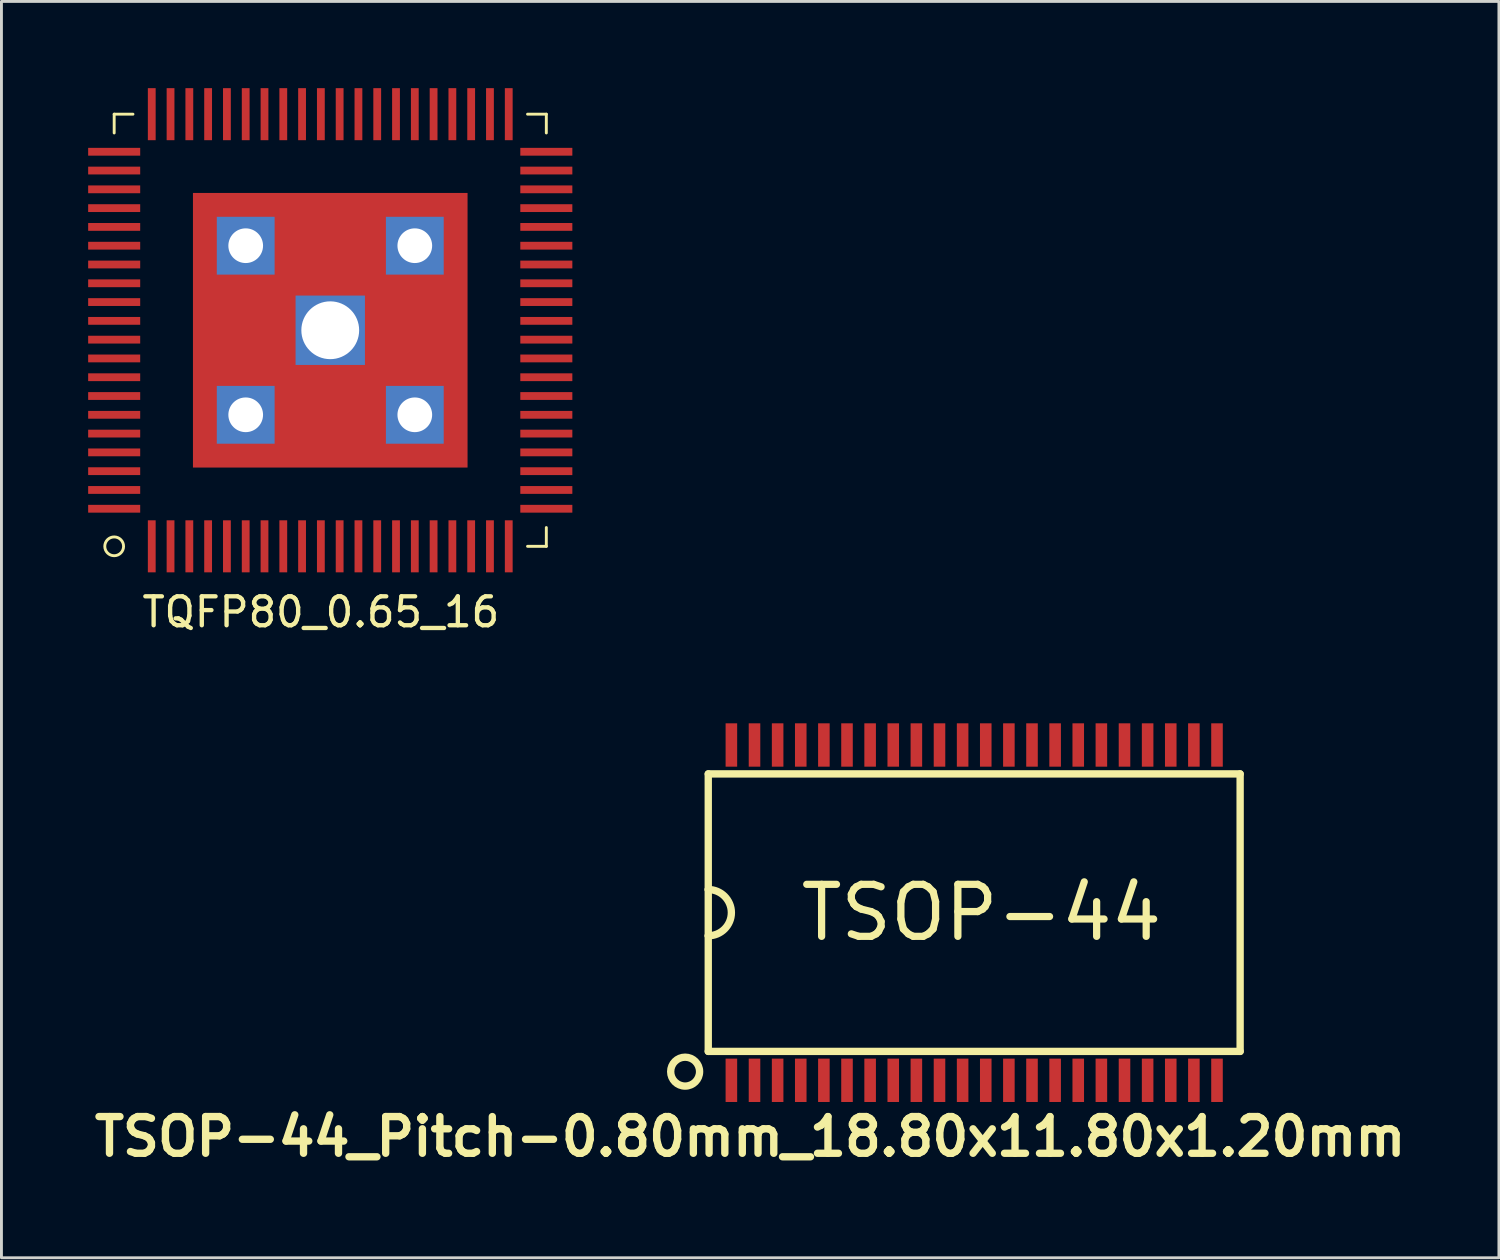
<source format=kicad_pcb>
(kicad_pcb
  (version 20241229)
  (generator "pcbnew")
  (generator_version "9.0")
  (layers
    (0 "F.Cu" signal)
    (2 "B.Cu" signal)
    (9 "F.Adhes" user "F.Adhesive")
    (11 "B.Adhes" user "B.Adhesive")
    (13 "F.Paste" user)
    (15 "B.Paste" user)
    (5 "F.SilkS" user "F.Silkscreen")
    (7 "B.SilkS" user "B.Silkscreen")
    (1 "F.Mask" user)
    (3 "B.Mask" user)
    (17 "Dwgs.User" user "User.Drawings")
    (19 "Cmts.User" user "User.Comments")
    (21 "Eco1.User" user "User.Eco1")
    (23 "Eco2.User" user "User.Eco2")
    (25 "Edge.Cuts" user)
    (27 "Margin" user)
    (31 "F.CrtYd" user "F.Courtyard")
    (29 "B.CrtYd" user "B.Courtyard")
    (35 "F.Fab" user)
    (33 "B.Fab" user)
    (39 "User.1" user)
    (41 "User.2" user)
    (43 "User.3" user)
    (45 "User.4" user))
  (footprint "TQFP80_0.65_16"
    (layer "F.Cu")
    (at 8.375 8.375)
    (property "Reference" "TQFP80_0.65_16" (at -0.325 9.75 0) (layer "F.SilkS") (effects (font (size 1 1) (thickness 0.15))))
    (attr smd)
    (fp_line (start -7.475 -7.475) (end -6.825 -7.475) (stroke (width 0.1) (type solid)) (layer "F.SilkS"))
    (fp_line (start -7.475 -6.825) (end -7.475 -7.475) (stroke (width 0.1) (type solid)) (layer "F.SilkS"))
    (fp_line (start 6.825 -7.475) (end 7.475 -7.475) (stroke (width 0.1) (type solid)) (layer "F.SilkS"))
    (fp_line (start 7.475 -7.475) (end 7.475 -6.825) (stroke (width 0.1) (type solid)) (layer "F.SilkS"))
    (fp_line (start 7.475 6.825) (end 7.475 7.475) (stroke (width 0.1) (type solid)) (layer "F.SilkS"))
    (fp_line (start 7.475 7.475) (end 6.825 7.475) (stroke (width 0.1) (type solid)) (layer "F.SilkS"))
    (fp_circle (center -7.475 7.475) (end -7.15 7.475) (stroke (width 0.1) (type solid)) (fill no) (layer "F.SilkS"))
    (pad "1" smd rect (at -6.175 7.475 90) (size 1.8 0.27) (layers "F.Cu" "F.Mask" "F.Paste"))
    (pad "2" smd rect (at -5.525 7.475 90) (size 1.8 0.27) (layers "F.Cu" "F.Mask" "F.Paste"))
    (pad "3" smd rect (at -4.875 7.475 90) (size 1.8 0.27) (layers "F.Cu" "F.Mask" "F.Paste"))
    (pad "4" smd rect (at -4.225 7.475 90) (size 1.8 0.27) (layers "F.Cu" "F.Mask" "F.Paste"))
    (pad "5" smd rect (at -3.575 7.475 90) (size 1.8 0.27) (layers "F.Cu" "F.Mask" "F.Paste"))
    (pad "6" smd rect (at -2.925 7.475 90) (size 1.8 0.27) (layers "F.Cu" "F.Mask" "F.Paste"))
    (pad "7" smd rect (at -2.275 7.475 90) (size 1.8 0.27) (layers "F.Cu" "F.Mask" "F.Paste"))
    (pad "8" smd rect (at -1.625 7.475 90) (size 1.8 0.27) (layers "F.Cu" "F.Mask" "F.Paste"))
    (pad "9" smd rect (at -0.975 7.475 90) (size 1.8 0.27) (layers "F.Cu" "F.Mask" "F.Paste"))
    (pad "10" smd rect (at -0.325 7.475 90) (size 1.8 0.27) (layers "F.Cu" "F.Mask" "F.Paste"))
    (pad "11" smd rect (at 0.325 7.475 90) (size 1.8 0.27) (layers "F.Cu" "F.Mask" "F.Paste"))
    (pad "12" smd rect (at 0.975 7.475 90) (size 1.8 0.27) (layers "F.Cu" "F.Mask" "F.Paste"))
    (pad "13" smd rect (at 1.625 7.475 90) (size 1.8 0.27) (layers "F.Cu" "F.Mask" "F.Paste"))
    (pad "14" smd rect (at 2.275 7.475 90) (size 1.8 0.27) (layers "F.Cu" "F.Mask" "F.Paste"))
    (pad "15" smd rect (at 2.925 7.475 90) (size 1.8 0.27) (layers "F.Cu" "F.Mask" "F.Paste"))
    (pad "16" smd rect (at 3.575 7.475 90) (size 1.8 0.27) (layers "F.Cu" "F.Mask" "F.Paste"))
    (pad "17" smd rect (at 4.225 7.475 90) (size 1.8 0.27) (layers "F.Cu" "F.Mask" "F.Paste"))
    (pad "18" smd rect (at 4.875 7.475 90) (size 1.8 0.27) (layers "F.Cu" "F.Mask" "F.Paste"))
    (pad "19" smd rect (at 5.525 7.475 90) (size 1.8 0.27) (layers "F.Cu" "F.Mask" "F.Paste"))
    (pad "20" smd rect (at 6.175 7.475 90) (size 1.8 0.27) (layers "F.Cu" "F.Mask" "F.Paste"))
    (pad "21" smd rect (at 7.475 6.175) (size 1.8 0.27) (layers "F.Cu" "F.Mask" "F.Paste"))
    (pad "22" smd rect (at 7.475 5.525) (size 1.8 0.27) (layers "F.Cu" "F.Mask" "F.Paste"))
    (pad "23" smd rect (at 7.475 4.875) (size 1.8 0.27) (layers "F.Cu" "F.Mask" "F.Paste"))
    (pad "24" smd rect (at 7.475 4.225) (size 1.8 0.27) (layers "F.Cu" "F.Mask" "F.Paste"))
    (pad "25" smd rect (at 7.475 3.575) (size 1.8 0.27) (layers "F.Cu" "F.Mask" "F.Paste"))
    (pad "26" smd rect (at 7.475 2.925) (size 1.8 0.27) (layers "F.Cu" "F.Mask" "F.Paste"))
    (pad "27" smd rect (at 7.475 2.275) (size 1.8 0.27) (layers "F.Cu" "F.Mask" "F.Paste"))
    (pad "28" smd rect (at 7.475 1.625) (size 1.8 0.27) (layers "F.Cu" "F.Mask" "F.Paste"))
    (pad "29" smd rect (at 7.475 0.975) (size 1.8 0.27) (layers "F.Cu" "F.Mask" "F.Paste"))
    (pad "30" smd rect (at 7.475 0.325) (size 1.8 0.27) (layers "F.Cu" "F.Mask" "F.Paste"))
    (pad "31" smd rect (at 7.475 -0.325) (size 1.8 0.27) (layers "F.Cu" "F.Mask" "F.Paste"))
    (pad "32" smd rect (at 7.475 -0.975) (size 1.8 0.27) (layers "F.Cu" "F.Mask" "F.Paste"))
    (pad "33" smd rect (at 7.475 -1.625) (size 1.8 0.27) (layers "F.Cu" "F.Mask" "F.Paste"))
    (pad "34" smd rect (at 7.475 -2.275) (size 1.8 0.27) (layers "F.Cu" "F.Mask" "F.Paste"))
    (pad "35" smd rect (at 7.475 -2.925) (size 1.8 0.27) (layers "F.Cu" "F.Mask" "F.Paste"))
    (pad "36" smd rect (at 7.475 -3.575) (size 1.8 0.27) (layers "F.Cu" "F.Mask" "F.Paste"))
    (pad "37" smd rect (at 7.475 -4.225) (size 1.8 0.27) (layers "F.Cu" "F.Mask" "F.Paste"))
    (pad "38" smd rect (at 7.475 -4.875) (size 1.8 0.27) (layers "F.Cu" "F.Mask" "F.Paste"))
    (pad "39" smd rect (at 7.475 -5.525) (size 1.8 0.27) (layers "F.Cu" "F.Mask" "F.Paste"))
    (pad "40" smd rect (at 7.475 -6.175) (size 1.8 0.27) (layers "F.Cu" "F.Mask" "F.Paste"))
    (pad "41" smd rect (at 6.175 -7.475 90) (size 1.8 0.27) (layers "F.Cu" "F.Mask" "F.Paste"))
    (pad "42" smd rect (at 5.525 -7.475 90) (size 1.8 0.27) (layers "F.Cu" "F.Mask" "F.Paste"))
    (pad "43" smd rect (at 4.875 -7.475 90) (size 1.8 0.27) (layers "F.Cu" "F.Mask" "F.Paste"))
    (pad "44" smd rect (at 4.225 -7.475 90) (size 1.8 0.27) (layers "F.Cu" "F.Mask" "F.Paste"))
    (pad "45" smd rect (at 3.575 -7.475 90) (size 1.8 0.27) (layers "F.Cu" "F.Mask" "F.Paste"))
    (pad "46" smd rect (at 2.925 -7.475 90) (size 1.8 0.27) (layers "F.Cu" "F.Mask" "F.Paste"))
    (pad "47" smd rect (at 2.275 -7.475 90) (size 1.8 0.27) (layers "F.Cu" "F.Mask" "F.Paste"))
    (pad "48" smd rect (at 1.625 -7.475 90) (size 1.8 0.27) (layers "F.Cu" "F.Mask" "F.Paste"))
    (pad "49" smd rect (at 0.975 -7.475 90) (size 1.8 0.27) (layers "F.Cu" "F.Mask" "F.Paste"))
    (pad "50" smd rect (at 0.325 -7.475 90) (size 1.8 0.27) (layers "F.Cu" "F.Mask" "F.Paste"))
    (pad "51" smd rect (at -0.325 -7.475 90) (size 1.8 0.27) (layers "F.Cu" "F.Mask" "F.Paste"))
    (pad "52" smd rect (at -0.975 -7.475 90) (size 1.8 0.27) (layers "F.Cu" "F.Mask" "F.Paste"))
    (pad "53" smd rect (at -1.625 -7.475 90) (size 1.8 0.27) (layers "F.Cu" "F.Mask" "F.Paste"))
    (pad "54" smd rect (at -2.275 -7.475 90) (size 1.8 0.27) (layers "F.Cu" "F.Mask" "F.Paste"))
    (pad "55" smd rect (at -2.925 -7.475 90) (size 1.8 0.27) (layers "F.Cu" "F.Mask" "F.Paste"))
    (pad "56" smd rect (at -3.575 -7.475 90) (size 1.8 0.27) (layers "F.Cu" "F.Mask" "F.Paste"))
    (pad "57" smd rect (at -4.225 -7.475 90) (size 1.8 0.27) (layers "F.Cu" "F.Mask" "F.Paste"))
    (pad "58" smd rect (at -4.875 -7.475 90) (size 1.8 0.27) (layers "F.Cu" "F.Mask" "F.Paste"))
    (pad "59" smd rect (at -5.525 -7.475 90) (size 1.8 0.27) (layers "F.Cu" "F.Mask" "F.Paste"))
    (pad "60" smd rect (at -6.175 -7.475 90) (size 1.8 0.27) (layers "F.Cu" "F.Mask" "F.Paste"))
    (pad "61" smd rect (at -7.475 -6.175) (size 1.8 0.27) (layers "F.Cu" "F.Mask" "F.Paste"))
    (pad "62" smd rect (at -7.475 -5.525) (size 1.8 0.27) (layers "F.Cu" "F.Mask" "F.Paste"))
    (pad "63" smd rect (at -7.475 -4.875) (size 1.8 0.27) (layers "F.Cu" "F.Mask" "F.Paste"))
    (pad "64" smd rect (at -7.475 -4.225) (size 1.8 0.27) (layers "F.Cu" "F.Mask" "F.Paste"))
    (pad "65" smd rect (at -7.475 -3.575) (size 1.8 0.27) (layers "F.Cu" "F.Mask" "F.Paste"))
    (pad "66" smd rect (at -7.475 -2.925) (size 1.8 0.27) (layers "F.Cu" "F.Mask" "F.Paste"))
    (pad "67" smd rect (at -7.475 -2.275) (size 1.8 0.27) (layers "F.Cu" "F.Mask" "F.Paste"))
    (pad "68" smd rect (at -7.475 -1.625) (size 1.8 0.27) (layers "F.Cu" "F.Mask" "F.Paste"))
    (pad "69" smd rect (at -7.475 -0.975) (size 1.8 0.27) (layers "F.Cu" "F.Mask" "F.Paste"))
    (pad "70" smd rect (at -7.475 -0.325) (size 1.8 0.27) (layers "F.Cu" "F.Mask" "F.Paste"))
    (pad "71" smd rect (at -7.475 0.325) (size 1.8 0.27) (layers "F.Cu" "F.Mask" "F.Paste"))
    (pad "72" smd rect (at -7.475 0.975) (size 1.8 0.27) (layers "F.Cu" "F.Mask" "F.Paste"))
    (pad "73" smd rect (at -7.475 1.625) (size 1.8 0.27) (layers "F.Cu" "F.Mask" "F.Paste"))
    (pad "74" smd rect (at -7.475 2.275) (size 1.8 0.27) (layers "F.Cu" "F.Mask" "F.Paste"))
    (pad "75" smd rect (at -7.475 2.925) (size 1.8 0.27) (layers "F.Cu" "F.Mask" "F.Paste"))
    (pad "76" smd rect (at -7.475 3.575) (size 1.8 0.27) (layers "F.Cu" "F.Mask" "F.Paste"))
    (pad "77" smd rect (at -7.475 4.225) (size 1.8 0.27) (layers "F.Cu" "F.Mask" "F.Paste"))
    (pad "78" smd rect (at -7.475 4.875) (size 1.8 0.27) (layers "F.Cu" "F.Mask" "F.Paste"))
    (pad "79" smd rect (at -7.475 5.525) (size 1.8 0.27) (layers "F.Cu" "F.Mask" "F.Paste"))
    (pad "80" smd rect (at -7.475 6.175) (size 1.8 0.27) (layers "F.Cu" "F.Mask" "F.Paste"))
    (pad "81" thru_hole rect (at -2.925 -2.925) (size 2 2) (drill 1.2) (layers "*.Cu" "*.Mask"))
    (pad "81" thru_hole rect (at -2.925 2.925) (size 2 2) (drill 1.2) (layers "*.Cu" "*.Mask"))
    (pad "81" thru_hole rect (at 0 0) (size 2.4 2.4) (drill 2) (layers "*.Cu" "*.Mask"))
    (pad "81" smd rect (at 0 0) (size 9.5 9.5) (layers "F.Cu" "F.Mask" "F.Paste"))
    (pad "81" thru_hole rect (at 2.925 -2.925) (size 2 2) (drill 1.2) (layers "*.Cu" "*.Mask"))
    (pad "81" thru_hole rect (at 2.925 2.925) (size 2 2) (drill 1.2) (layers "*.Cu" "*.Mask")))
  (footprint "TSOP-44_Pitch-0.80mm_18.80x11.80x1.20mm"
    (layer "F.Cu")
    (at 30.652 28.523)
    (property "Reference" "TSOP-44_Pitch-0.80mm_18.80x11.80x1.20mm" (at -7.75 7.75 180) (layer "F.SilkS") (effects (font (size 1.27 1.27) (thickness 0.254))))
    (attr smd)
    (fp_line (start -9.2 -4.8) (end 9.2 -4.8) (stroke (width 0.254) (type solid)) (layer "F.SilkS"))
    (fp_line (start -9.2 -0.8) (end -9.2 -4.8) (stroke (width 0.254) (type solid)) (layer "F.SilkS"))
    (fp_line (start -9.2 0.8) (end -9.2 -0.8) (stroke (width 0.254) (type solid)) (layer "F.SilkS"))
    (fp_line (start -9.2 4.8) (end -9.2 0.8) (stroke (width 0.254) (type solid)) (layer "F.SilkS"))
    (fp_line (start 9.2 -4.8) (end 9.2 4.8) (stroke (width 0.254) (type solid)) (layer "F.SilkS"))
    (fp_line (start 9.2 4.8) (end -9.2 4.8) (stroke (width 0.254) (type solid)) (layer "F.SilkS"))
    (fp_arc (start -9.2 -0.8) (mid -8.4 0) (end -9.2 0.8) (stroke (width 0.254) (type solid)) (layer "F.SilkS"))
    (fp_circle (center -10 5.5) (end -10 6) (stroke (width 0.254) (type solid)) (fill no) (layer "F.SilkS"))
    (fp_text user "TSOP-44" (at 0.25 0 0) (layer "F.SilkS") (effects (font (size 1.8 1.8) (thickness 0.25))))
    (pad "1" smd rect (at -8.4 5.8) (size 0.4 1.5) (layers "F.Cu" "F.Mask" "F.Paste"))
    (pad "2" smd rect (at -7.6 5.8) (size 0.4 1.5) (layers "F.Cu" "F.Mask" "F.Paste"))
    (pad "3" smd rect (at -6.8 5.8) (size 0.4 1.5) (layers "F.Cu" "F.Mask" "F.Paste"))
    (pad "4" smd rect (at -6 5.8) (size 0.4 1.5) (layers "F.Cu" "F.Mask" "F.Paste"))
    (pad "5" smd rect (at -5.2 5.8) (size 0.4 1.5) (layers "F.Cu" "F.Mask" "F.Paste"))
    (pad "6" smd rect (at -4.4 5.8) (size 0.4 1.5) (layers "F.Cu" "F.Mask" "F.Paste"))
    (pad "7" smd rect (at -3.6 5.8) (size 0.4 1.5) (layers "F.Cu" "F.Mask" "F.Paste"))
    (pad "8" smd rect (at -2.8 5.8) (size 0.4 1.5) (layers "F.Cu" "F.Mask" "F.Paste"))
    (pad "9" smd rect (at -2 5.8) (size 0.4 1.5) (layers "F.Cu" "F.Mask" "F.Paste"))
    (pad "10" smd rect (at -1.2 5.8) (size 0.4 1.5) (layers "F.Cu" "F.Mask" "F.Paste"))
    (pad "11" smd rect (at -0.4 5.8) (size 0.4 1.5) (layers "F.Cu" "F.Mask" "F.Paste"))
    (pad "12" smd rect (at 0.4 5.8) (size 0.4 1.5) (layers "F.Cu" "F.Mask" "F.Paste"))
    (pad "13" smd rect (at 1.2 5.8) (size 0.4 1.5) (layers "F.Cu" "F.Mask" "F.Paste"))
    (pad "14" smd rect (at 2 5.8) (size 0.4 1.5) (layers "F.Cu" "F.Mask" "F.Paste"))
    (pad "15" smd rect (at 2.8 5.8) (size 0.4 1.5) (layers "F.Cu" "F.Mask" "F.Paste"))
    (pad "16" smd rect (at 3.6 5.8) (size 0.4 1.5) (layers "F.Cu" "F.Mask" "F.Paste"))
    (pad "17" smd rect (at 4.4 5.8) (size 0.4 1.5) (layers "F.Cu" "F.Mask" "F.Paste"))
    (pad "18" smd rect (at 5.2 5.8) (size 0.4 1.5) (layers "F.Cu" "F.Mask" "F.Paste"))
    (pad "19" smd rect (at 6 5.8) (size 0.4 1.5) (layers "F.Cu" "F.Mask" "F.Paste"))
    (pad "20" smd rect (at 6.8 5.8) (size 0.4 1.5) (layers "F.Cu" "F.Mask" "F.Paste"))
    (pad "21" smd rect (at 7.6 5.8) (size 0.4 1.5) (layers "F.Cu" "F.Mask" "F.Paste"))
    (pad "22" smd rect (at 8.4 5.8) (size 0.4 1.5) (layers "F.Cu" "F.Mask" "F.Paste"))
    (pad "23" smd rect (at 8.4 -5.8) (size 0.4 1.5) (layers "F.Cu" "F.Mask" "F.Paste"))
    (pad "24" smd rect (at 7.6 -5.8) (size 0.4 1.5) (layers "F.Cu" "F.Mask" "F.Paste"))
    (pad "25" smd rect (at 6.8 -5.8) (size 0.4 1.5) (layers "F.Cu" "F.Mask" "F.Paste"))
    (pad "26" smd rect (at 6 -5.8) (size 0.4 1.5) (layers "F.Cu" "F.Mask" "F.Paste"))
    (pad "27" smd rect (at 5.2 -5.8) (size 0.4 1.5) (layers "F.Cu" "F.Mask" "F.Paste"))
    (pad "28" smd rect (at 4.4 -5.8) (size 0.4 1.5) (layers "F.Cu" "F.Mask" "F.Paste"))
    (pad "29" smd rect (at 3.6 -5.8) (size 0.4 1.5) (layers "F.Cu" "F.Mask" "F.Paste"))
    (pad "30" smd rect (at 2.8 -5.8) (size 0.4 1.5) (layers "F.Cu" "F.Mask" "F.Paste"))
    (pad "31" smd rect (at 2 -5.8) (size 0.4 1.5) (layers "F.Cu" "F.Mask" "F.Paste"))
    (pad "32" smd rect (at 1.2 -5.8) (size 0.4 1.5) (layers "F.Cu" "F.Mask" "F.Paste"))
    (pad "33" smd rect (at 0.4 -5.8) (size 0.4 1.5) (layers "F.Cu" "F.Mask" "F.Paste"))
    (pad "34" smd rect (at -0.4 -5.8) (size 0.4 1.5) (layers "F.Cu" "F.Mask" "F.Paste"))
    (pad "35" smd rect (at -1.2 -5.8) (size 0.4 1.5) (layers "F.Cu" "F.Mask" "F.Paste"))
    (pad "36" smd rect (at -2 -5.8) (size 0.4 1.5) (layers "F.Cu" "F.Mask" "F.Paste"))
    (pad "37" smd rect (at -2.8 -5.8) (size 0.4 1.5) (layers "F.Cu" "F.Mask" "F.Paste"))
    (pad "38" smd rect (at -3.6 -5.8) (size 0.4 1.5) (layers "F.Cu" "F.Mask" "F.Paste"))
    (pad "39" smd rect (at -4.4 -5.8) (size 0.4 1.5) (layers "F.Cu" "F.Mask" "F.Paste"))
    (pad "40" smd rect (at -5.2 -5.8) (size 0.4 1.5) (layers "F.Cu" "F.Mask" "F.Paste"))
    (pad "41" smd rect (at -6 -5.8) (size 0.4 1.5) (layers "F.Cu" "F.Mask" "F.Paste"))
    (pad "42" smd rect (at -6.8 -5.8) (size 0.4 1.5) (layers "F.Cu" "F.Mask" "F.Paste"))
    (pad "43" smd rect (at -7.6 -5.8) (size 0.4 1.5) (layers "F.Cu" "F.Mask" "F.Paste"))
    (pad "44" smd rect (at -8.4 -5.8) (size 0.4 1.5) (layers "F.Cu" "F.Mask" "F.Paste")))
  (gr_rect
    (start -3 -3)
    (end 48.805 40.462)
    (stroke (width 0.1) (type default))
    (fill no)
    (layer "Edge.Cuts")))
</source>
